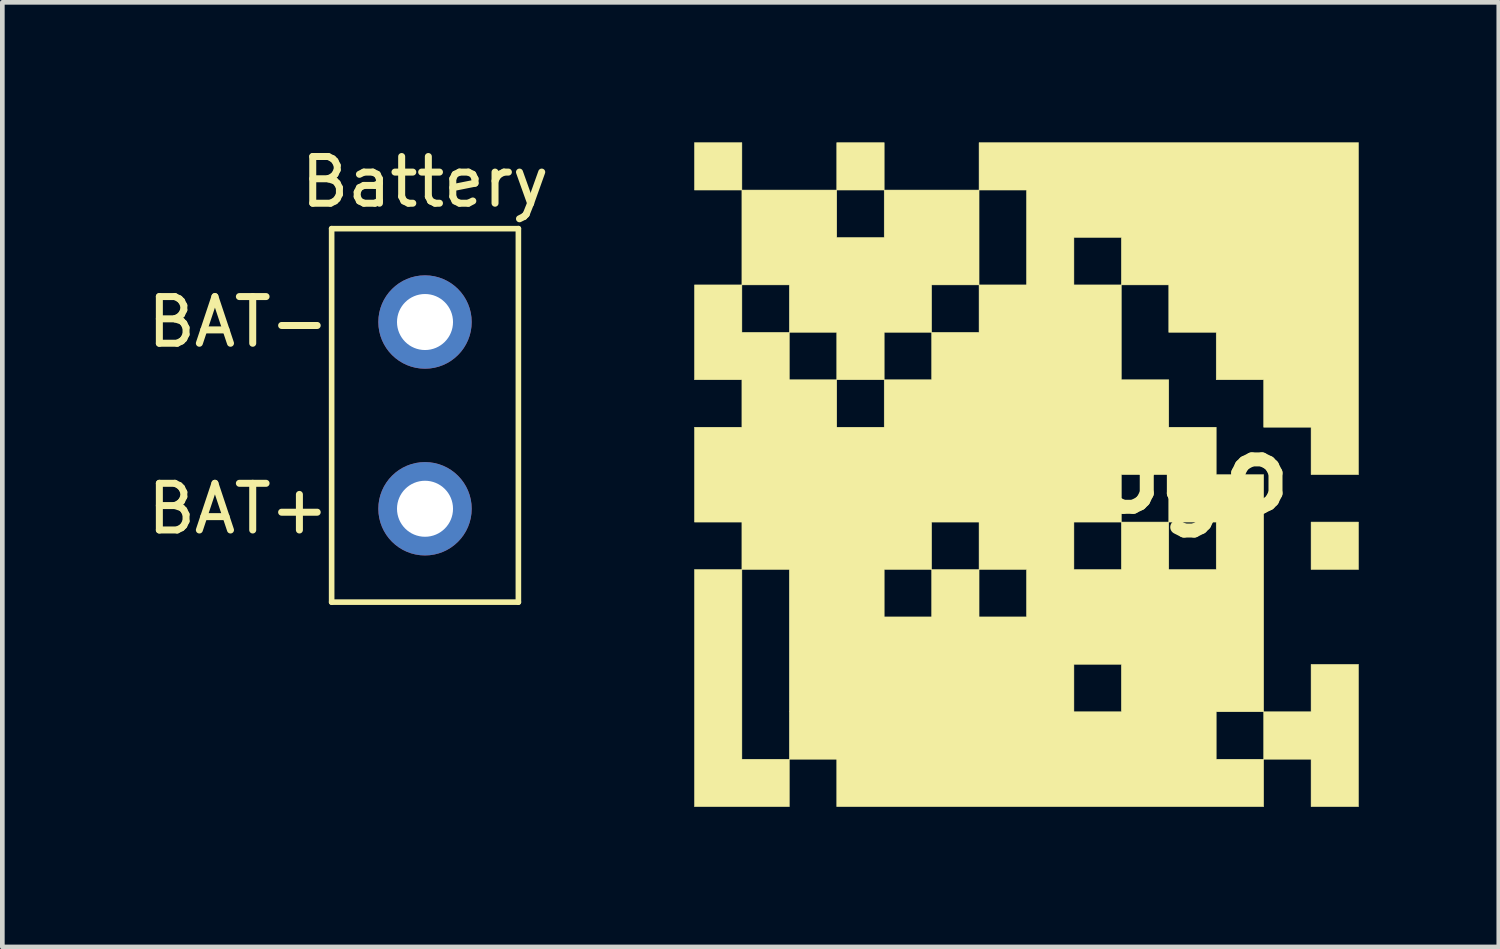
<source format=kicad_pcb>
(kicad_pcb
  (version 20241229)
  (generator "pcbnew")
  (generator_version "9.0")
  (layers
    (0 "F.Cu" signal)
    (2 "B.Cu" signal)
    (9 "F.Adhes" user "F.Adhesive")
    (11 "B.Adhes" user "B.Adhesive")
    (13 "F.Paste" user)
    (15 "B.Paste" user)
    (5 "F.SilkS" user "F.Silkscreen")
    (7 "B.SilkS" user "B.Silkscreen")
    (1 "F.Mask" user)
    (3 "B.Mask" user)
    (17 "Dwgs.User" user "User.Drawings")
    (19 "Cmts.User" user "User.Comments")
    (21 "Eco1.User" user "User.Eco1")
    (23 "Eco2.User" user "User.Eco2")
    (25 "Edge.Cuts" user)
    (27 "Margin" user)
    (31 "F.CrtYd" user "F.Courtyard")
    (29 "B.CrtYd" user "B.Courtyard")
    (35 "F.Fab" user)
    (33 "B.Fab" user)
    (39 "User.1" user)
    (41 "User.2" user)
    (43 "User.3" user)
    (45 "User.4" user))
  (footprint "Battery"
    (layer "F.Cu")
    (at 6.054 5.848)
    (property "Reference" "Battery" (at 0 -5 0) (layer "F.SilkS") (effects (font (size 1 1) (thickness 0.15))))
    (attr through_hole)
    (fp_line (start -2 -4) (end -2 4) (stroke (width 0.12) (type solid)) (layer "F.SilkS"))
    (fp_line (start -2 4) (end 2 4) (stroke (width 0.12) (type solid)) (layer "F.SilkS"))
    (fp_line (start 2 -4) (end -2 -4) (stroke (width 0.12) (type solid)) (layer "F.SilkS"))
    (fp_line (start 2 4) (end 2 -4) (stroke (width 0.12) (type solid)) (layer "F.SilkS"))
    (fp_text user "BAT+" (at -4 2 0) (layer "F.SilkS") (effects (font (size 1 1) (thickness 0.15))))
    (fp_text user "BAT-" (at -4 -2 0) (layer "F.SilkS") (effects (font (size 1 1) (thickness 0.15))))
    (pad "1" thru_hole circle (at 0 -2) (size 2 2) (drill 1.2) (layers "*.Cu" "*.Mask"))
    (pad "2" thru_hole circle (at 0 2) (size 2 2) (drill 1.2) (layers "*.Cu" "*.Mask")))
  (footprint "EtherLogo"
    (layer "F.Cu")
    (at 18.938 7.117)
    (property "Reference" "EtherLogo" (at 0 0 0) (layer "F.SilkS") (effects (font (size 1.524 1.524) (thickness 0.3))))
    (attr through_hole)
    (fp_poly (pts (xy -6.096 -6.096) (xy -7.112 -6.096) (xy -7.112 -7.112) (xy -6.096 -7.112) (xy -6.096 -6.096)) (stroke (width 0.01) (type solid)) (fill yes) (layer "F.SilkS"))
    (fp_poly (pts (xy 7.112 2.032) (xy 6.096 2.032) (xy 6.096 1.016) (xy 7.112 1.016) (xy 7.112 2.032)) (stroke (width 0.01) (type solid)) (fill yes) (layer "F.SilkS"))
    (fp_poly (pts (xy -3.048 -6.096) (xy -1.016 -6.096) (xy -1.016 -4.064) (xy 0 -4.064) (xy 0 -5.08) (xy 1.016 -5.08) (xy 1.016 -4.064) (xy 2.032 -4.064) (xy 2.032 -5.08) (xy 1.016 -5.08) (xy 0 -5.08) (xy 0 -6.096) (xy -1.016 -6.096) (xy -1.016 -7.112) (xy 7.112 -7.112) (xy 7.112 0) (xy 6.096 0) (xy 6.096 -1.016) (xy 5.08 -1.016) (xy 5.08 -2.032) (xy 4.064 -2.032) (xy 4.064 -3.048) (xy 3.048 -3.048) (xy 3.048 -4.064) (xy 2.032 -4.064) (xy 2.032 -2.032) (xy 3.048 -2.032) (xy 3.048 -1.016) (xy 4.064 -1.016) (xy 4.064 0) (xy 5.08 0) (xy 5.08 5.08) (xy 6.096 5.08) (xy 6.096 4.064) (xy 7.112 4.064) (xy 7.112 7.112) (xy 6.096 7.112) (xy 6.096 6.096) (xy 5.08 6.096) (xy 5.08 7.112) (xy -4.064 7.112) (xy -4.064 6.096) (xy -5.08 6.096) (xy -5.08 7.112) (xy -7.112 7.112) (xy -7.112 2.032) (xy -6.096 2.032) (xy -6.096 6.096) (xy -5.08 6.096) (xy -5.08 4.064) (xy 1.016 4.064) (xy 1.016 5.08) (xy 2.032 5.08) (xy 4.064 5.08) (xy 4.064 6.096) (xy 5.08 6.096) (xy 5.08 5.08) (xy 4.064 5.08) (xy 2.032 5.08) (xy 2.032 4.064) (xy 1.016 4.064) (xy -5.08 4.064) (xy -5.08 2.032) (xy -3.048 2.032) (xy -3.048 3.048) (xy -2.032 3.048) (xy -2.032 2.032) (xy -3.048 2.032) (xy -5.08 2.032) (xy -6.096 2.032) (xy -6.096 1.016) (xy -2.032 1.016) (xy -2.032 2.032) (xy -1.016 2.032) (xy -1.016 3.048) (xy 0 3.048) (xy 0 2.032) (xy -1.016 2.032) (xy -1.016 1.016) (xy 1.016 1.016) (xy 1.016 2.032) (xy 2.032 2.032) (xy 2.032 1.016) (xy 1.016 1.016) (xy -1.016 1.016) (xy -2.032 1.016) (xy -6.096 1.016) (xy -7.112 1.016) (xy -7.112 0) (xy 2.032 0) (xy 2.032 1.016) (xy 3.048 1.016) (xy 3.048 2.032) (xy 4.064 2.032) (xy 4.064 1.016) (xy 3.048 1.016) (xy 3.048 0) (xy 2.032 0) (xy -7.112 0) (xy -7.112 -1.016) (xy -6.096 -1.016) (xy -6.096 -2.032) (xy -7.112 -2.032) (xy -7.112 -4.064) (xy -6.096 -4.064) (xy -6.096 -3.048) (xy -5.08 -3.048) (xy -5.08 -2.032) (xy -4.064 -2.032) (xy -4.064 -1.016) (xy -3.048 -1.016) (xy -3.048 -2.032) (xy -4.064 -2.032) (xy -4.064 -3.048) (xy -3.048 -3.048) (xy -3.048 -2.032) (xy -2.032 -2.032) (xy -2.032 -3.048) (xy -3.048 -3.048) (xy -4.064 -3.048) (xy -5.08 -3.048) (xy -5.08 -4.064) (xy -2.032 -4.064) (xy -2.032 -3.048) (xy -1.016 -3.048) (xy -1.016 -4.064) (xy -2.032 -4.064) (xy -5.08 -4.064) (xy -6.096 -4.064) (xy -6.096 -6.096) (xy -4.064 -6.096) (xy -4.064 -5.08) (xy -3.048 -5.08) (xy -3.048 -6.096) (xy -4.064 -6.096) (xy -4.064 -7.112) (xy -3.048 -7.112) (xy -3.048 -6.096)) (stroke (width 0.01) (type solid)) (fill yes) (layer "F.SilkS")))
  (gr_rect
    (start -3 -3)
    (end 29.055 17.234)
    (stroke (width 0.1) (type default))
    (fill no)
    (layer "Edge.Cuts")))
</source>
